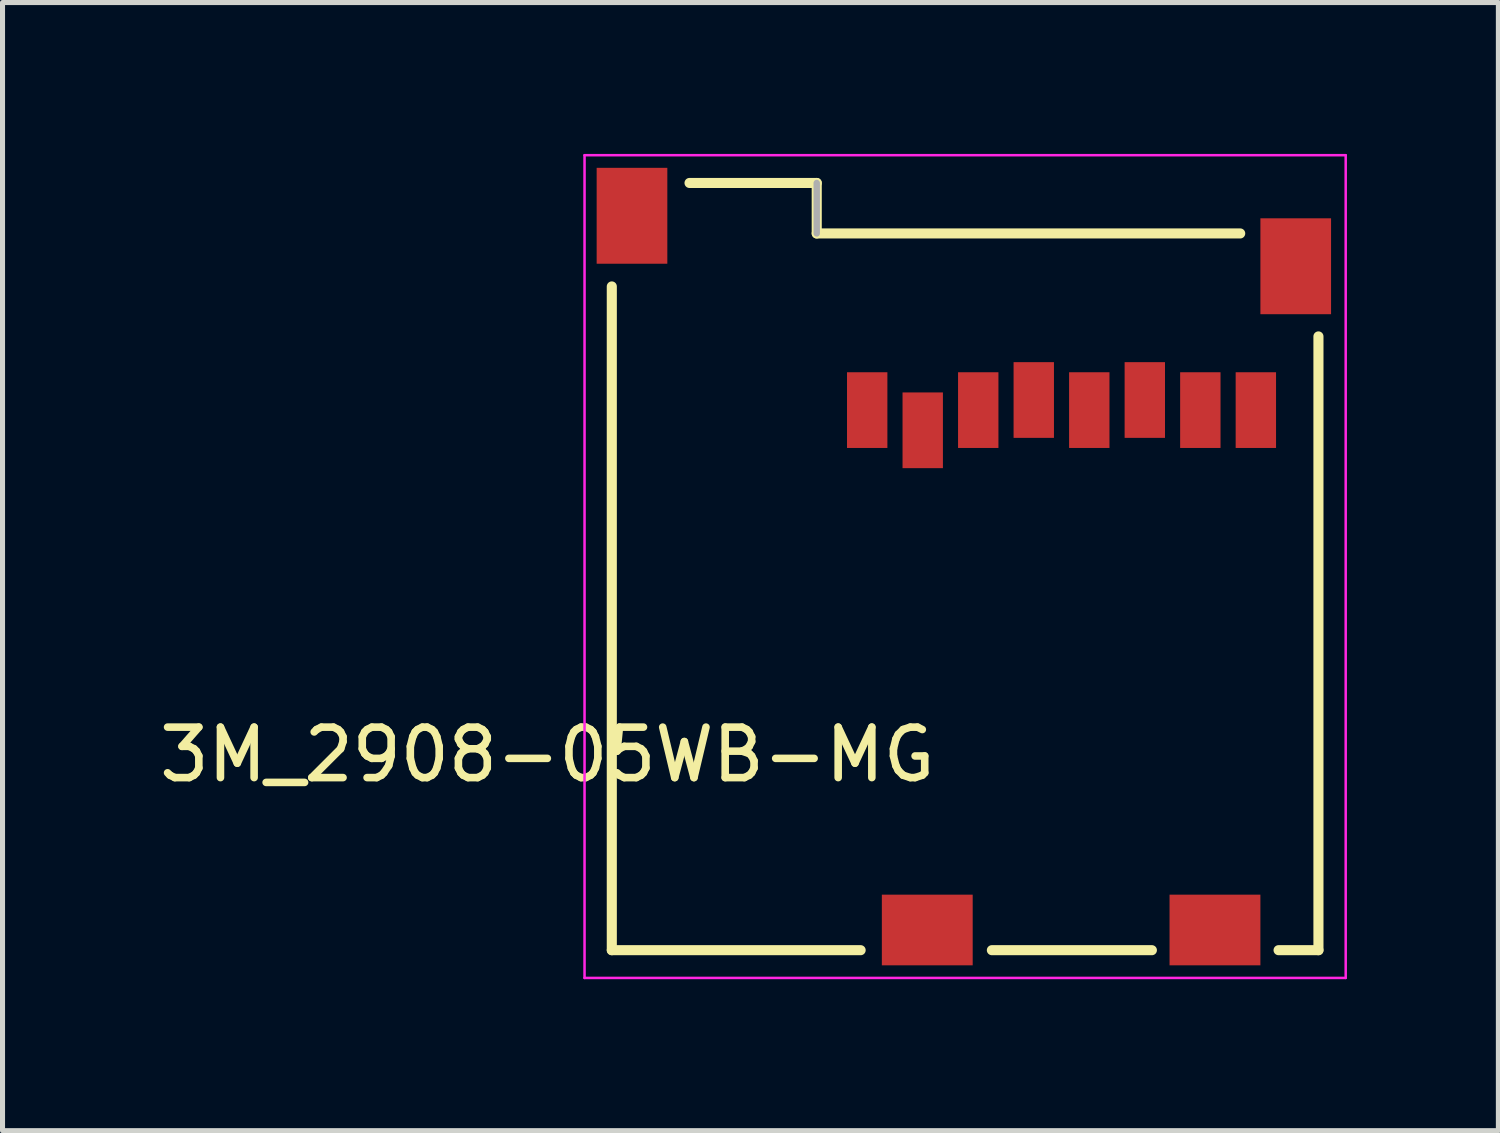
<source format=kicad_pcb>
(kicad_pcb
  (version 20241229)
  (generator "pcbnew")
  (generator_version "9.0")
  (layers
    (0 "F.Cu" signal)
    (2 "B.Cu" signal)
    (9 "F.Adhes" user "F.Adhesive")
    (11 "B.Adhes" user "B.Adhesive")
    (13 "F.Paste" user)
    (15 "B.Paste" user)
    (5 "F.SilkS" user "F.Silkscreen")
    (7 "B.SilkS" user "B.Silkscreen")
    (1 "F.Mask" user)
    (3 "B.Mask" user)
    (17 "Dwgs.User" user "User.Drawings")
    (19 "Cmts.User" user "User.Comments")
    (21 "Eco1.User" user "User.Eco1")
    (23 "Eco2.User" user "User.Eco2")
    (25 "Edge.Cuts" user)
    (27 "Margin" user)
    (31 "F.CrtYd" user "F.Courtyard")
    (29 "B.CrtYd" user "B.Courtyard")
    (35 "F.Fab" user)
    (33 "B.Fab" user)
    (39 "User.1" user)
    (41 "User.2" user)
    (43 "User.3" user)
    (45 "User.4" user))
  (footprint "3M_2908-05WB-MG"
    (layer "F.Cu")
    (at 16.071 8.175)
    (property "Reference" "3M_2908-05WB-MG" (at -8.277 3.726 180) (layer "F.SilkS") (effects (font (size 1 1) (thickness 0.15))))
    (attr smd)
    (fp_line (start -7 -5.55) (end -7 7.6) (stroke (width 0.2) (type solid)) (layer "F.SilkS"))
    (fp_line (start -7 7.6) (end -2.07 7.6) (stroke (width 0.2) (type solid)) (layer "F.SilkS"))
    (fp_line (start -5.46 -7.6) (end -2.94 -7.6) (stroke (width 0.2) (type solid)) (layer "F.SilkS"))
    (fp_line (start -2.94 -7.6) (end -2.94 -6.6) (stroke (width 0.2) (type solid)) (layer "F.SilkS"))
    (fp_line (start -2.94 -6.6) (end 5.45 -6.6) (stroke (width 0.2) (type solid)) (layer "F.SilkS"))
    (fp_line (start 0.53 7.6) (end 3.7 7.6) (stroke (width 0.2) (type solid)) (layer "F.SilkS"))
    (fp_line (start 6.21 7.6) (end 7 7.6) (stroke (width 0.2) (type solid)) (layer "F.SilkS"))
    (fp_line (start 7 7.6) (end 7 -4.56) (stroke (width 0.2) (type solid)) (layer "F.SilkS"))
    (fp_line (start -7.54 -8.15) (end 7.54 -8.15) (stroke (width 0.05) (type solid)) (layer "F.CrtYd"))
    (fp_line (start -7.54 8.15) (end -7.54 -8.15) (stroke (width 0.05) (type solid)) (layer "F.CrtYd"))
    (fp_line (start 7.54 -8.15) (end 7.54 8.15) (stroke (width 0.05) (type solid)) (layer "F.CrtYd"))
    (fp_line (start 7.54 8.15) (end -7.54 8.15) (stroke (width 0.05) (type solid)) (layer "F.CrtYd"))
    (fp_line (start -2.94 -6.6) (end -2.94 -7.6) (stroke (width 0.127) (type solid)) (layer "F.Fab"))
    (pad "1" smd rect (at -1.94 -3.1) (size 0.8 1.5) (layers "F.Cu" "F.Mask" "F.Paste"))
    (pad "2" smd rect (at -0.84 -2.7) (size 0.8 1.5) (layers "F.Cu" "F.Mask" "F.Paste"))
    (pad "3" smd rect (at 0.26 -3.1) (size 0.8 1.5) (layers "F.Cu" "F.Mask" "F.Paste"))
    (pad "4" smd rect (at 1.36 -3.3) (size 0.8 1.5) (layers "F.Cu" "F.Mask" "F.Paste"))
    (pad "5" smd rect (at 2.46 -3.1) (size 0.8 1.5) (layers "F.Cu" "F.Mask" "F.Paste"))
    (pad "6" smd rect (at 3.56 -3.3) (size 0.8 1.5) (layers "F.Cu" "F.Mask" "F.Paste"))
    (pad "7" smd rect (at 4.66 -3.1) (size 0.8 1.5) (layers "F.Cu" "F.Mask" "F.Paste"))
    (pad "8" smd rect (at 5.76 -3.1) (size 0.8 1.5) (layers "F.Cu" "F.Mask" "F.Paste"))
    (pad "P$1" smd rect (at 6.55 -5.95) (size 1.4 1.9) (layers "F.Cu" "F.Mask" "F.Paste"))
    (pad "P$2" smd rect (at -6.6 -6.95) (size 1.4 1.9) (layers "F.Cu" "F.Mask" "F.Paste"))
    (pad "P$3" smd rect (at 4.95 7.2 90) (size 1.4 1.8) (layers "F.Cu" "F.Mask" "F.Paste"))
    (pad "P$4" smd rect (at -0.75 7.2 90) (size 1.4 1.8) (layers "F.Cu" "F.Mask" "F.Paste"))
    (zone (net_name "") (layer "F.Cu") (hatch full 0.508) (connect_pads) (min_thickness 0.01) (filled_areas_thickness no) (keepout (tracks not_allowed) (vias not_allowed) (pads not_allowed) (copperpour not_allowed) (footprints allowed)) (placement (enabled no)) (fill) (polygon (pts (xy 22.725 3.175) (xy 23.321 3.175) (xy 23.321 16.08) (xy 22.725 16.08))))
    (zone (net_name "") (layers "F.Cu" "B.Cu") (hatch full 0.508) (connect_pads) (min_thickness 0.01) (filled_areas_thickness no) (keepout (tracks allowed) (vias not_allowed) (pads allowed) (copperpour allowed) (footprints allowed)) (placement (enabled no)) (fill) (polygon (pts (xy 22.728 3.185) (xy 23.321 3.185) (xy 23.321 16.084) (xy 22.728 16.084)))))
  (gr_rect
    (start -3 -3)
    (end 26.636 19.35)
    (stroke (width 0.1) (type default))
    (fill no)
    (layer "Edge.Cuts")))
</source>
